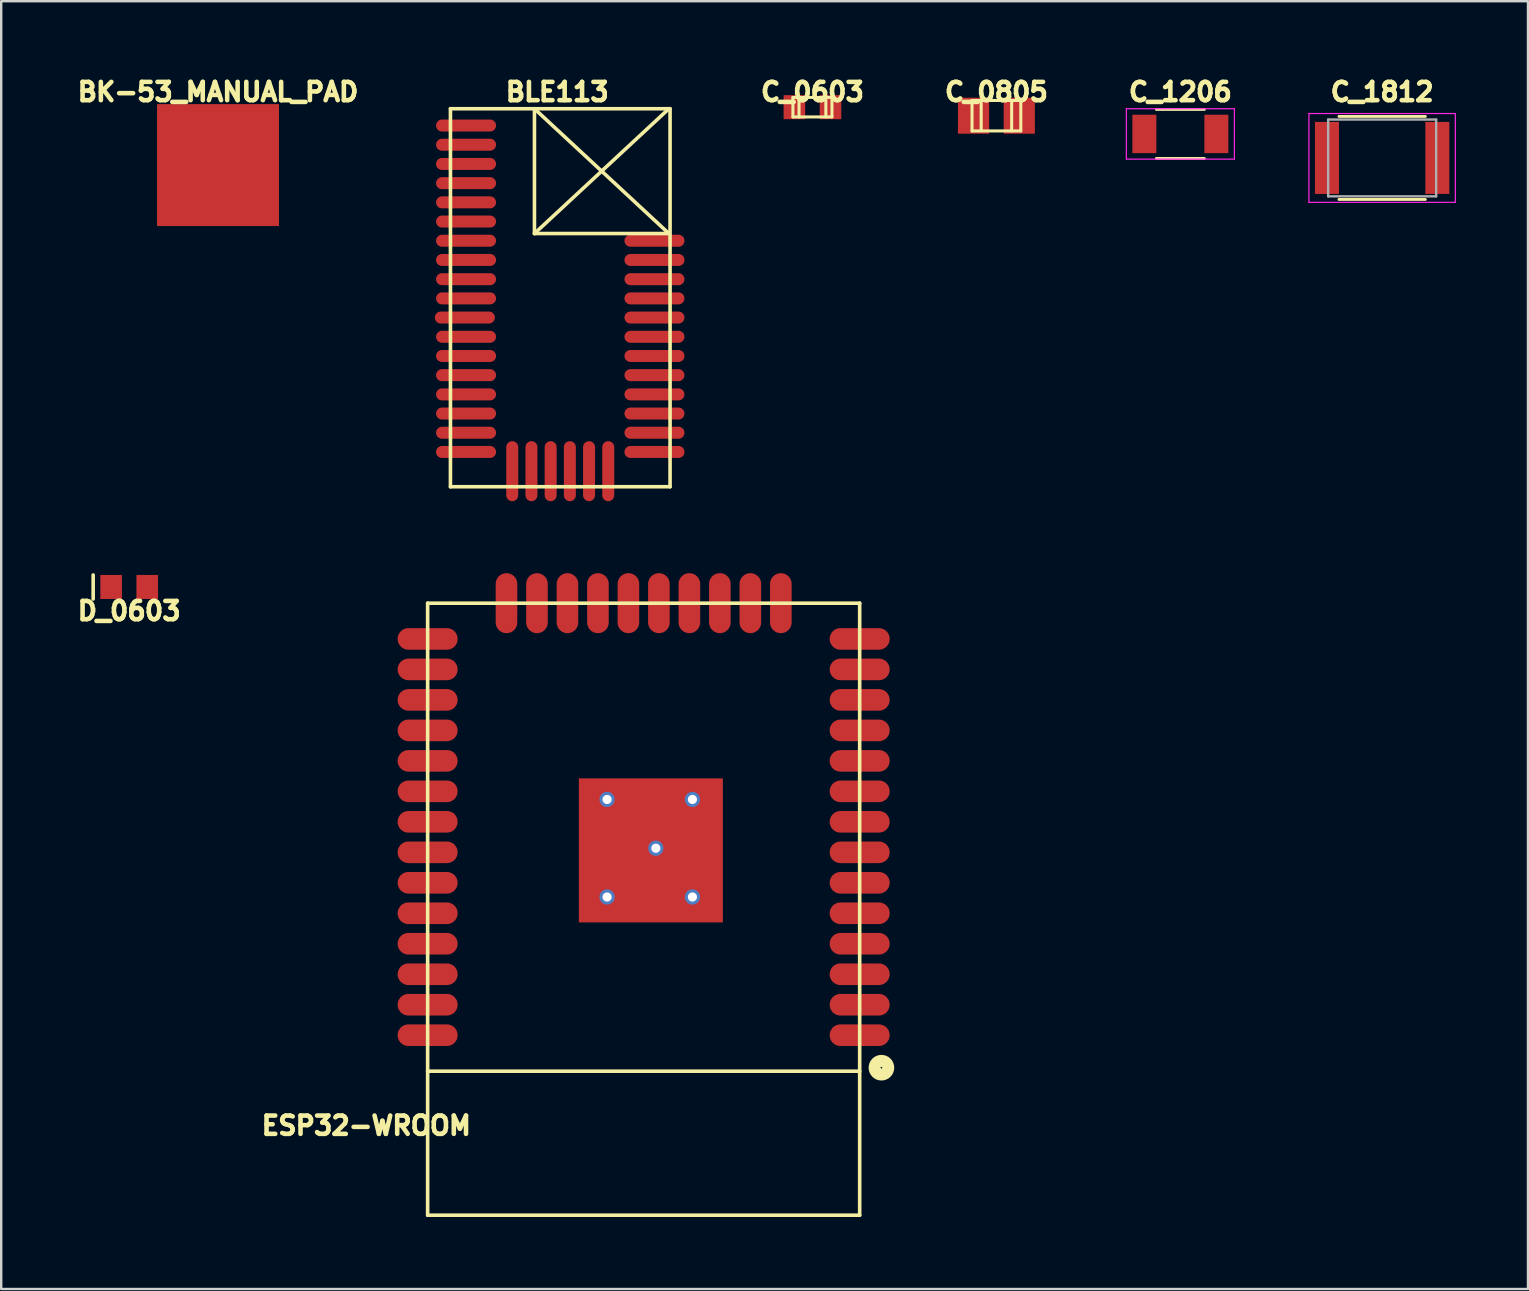
<source format=kicad_pcb>
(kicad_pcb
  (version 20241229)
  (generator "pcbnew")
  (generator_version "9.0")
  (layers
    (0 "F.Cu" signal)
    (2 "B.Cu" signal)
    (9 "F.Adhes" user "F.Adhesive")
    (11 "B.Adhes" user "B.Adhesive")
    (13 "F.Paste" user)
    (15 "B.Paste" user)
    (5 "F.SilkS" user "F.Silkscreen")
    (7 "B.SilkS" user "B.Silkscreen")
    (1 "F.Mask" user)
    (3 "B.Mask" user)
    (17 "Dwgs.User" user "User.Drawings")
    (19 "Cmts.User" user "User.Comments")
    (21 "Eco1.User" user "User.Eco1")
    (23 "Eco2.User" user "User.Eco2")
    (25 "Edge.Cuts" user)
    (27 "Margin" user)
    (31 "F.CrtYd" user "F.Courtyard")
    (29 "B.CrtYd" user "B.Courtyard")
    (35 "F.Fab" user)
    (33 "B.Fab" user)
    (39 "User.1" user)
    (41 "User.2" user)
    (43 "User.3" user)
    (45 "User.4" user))
  (footprint "C_1206"
    (layer "F.Cu")
    (at 46.128 2.53)
    (property "Reference" "C_1206" (at 0 -1.75 0) (layer "F.SilkS") (effects (font (size 0.762 0.762) (thickness 0.191))))
    (attr smd)
    (fp_line (start -1 1.02) (end 1 1.02) (stroke (width 0.12) (type solid)) (layer "F.SilkS"))
    (fp_line (start 1 -1.02) (end -1 -1.02) (stroke (width 0.12) (type solid)) (layer "F.SilkS"))
    (fp_line (start -2.25 -1.05) (end -2.25 1.05) (stroke (width 0.05) (type solid)) (layer "F.CrtYd"))
    (fp_line (start -2.25 -1.05) (end 2.25 -1.05) (stroke (width 0.05) (type solid)) (layer "F.CrtYd"))
    (fp_line (start 2.25 1.05) (end -2.25 1.05) (stroke (width 0.05) (type solid)) (layer "F.CrtYd"))
    (fp_line (start 2.25 1.05) (end 2.25 -1.05) (stroke (width 0.05) (type solid)) (layer "F.CrtYd"))
    (pad "1" smd rect (at -1.5 0) (size 1 1.6) (layers "F.Cu" "F.Mask" "F.Paste"))
    (pad "2" smd rect (at 1.5 0) (size 1 1.6) (layers "F.Cu" "F.Mask" "F.Paste")))
  (footprint "C_1812"
    (layer "F.Cu")
    (at 54.535 3.53)
    (property "Reference" "C_1812" (at 0 -2.75 0) (layer "F.SilkS") (effects (font (size 0.762 0.762) (thickness 0.191))))
    (attr smd)
    (fp_line (start -1.8 1.73) (end 1.8 1.73) (stroke (width 0.12) (type solid)) (layer "F.SilkS"))
    (fp_line (start 1.8 -1.73) (end -1.8 -1.73) (stroke (width 0.12) (type solid)) (layer "F.SilkS"))
    (fp_line (start -3.05 -1.85) (end -3.05 1.85) (stroke (width 0.05) (type solid)) (layer "F.CrtYd"))
    (fp_line (start -3.05 -1.85) (end 3.05 -1.85) (stroke (width 0.05) (type solid)) (layer "F.CrtYd"))
    (fp_line (start 3.05 1.85) (end -3.05 1.85) (stroke (width 0.05) (type solid)) (layer "F.CrtYd"))
    (fp_line (start 3.05 1.85) (end 3.05 -1.85) (stroke (width 0.05) (type solid)) (layer "F.CrtYd"))
    (fp_line (start -2.25 -1.6) (end 2.25 -1.6) (stroke (width 0.1) (type solid)) (layer "F.Fab"))
    (fp_line (start -2.25 1.6) (end -2.25 -1.6) (stroke (width 0.1) (type solid)) (layer "F.Fab"))
    (fp_line (start 2.25 -1.6) (end 2.25 1.6) (stroke (width 0.1) (type solid)) (layer "F.Fab"))
    (fp_line (start 2.25 1.6) (end -2.25 1.6) (stroke (width 0.1) (type solid)) (layer "F.Fab"))
    (pad "1" smd rect (at -2.3 0) (size 1 3) (layers "F.Cu" "F.Mask" "F.Paste"))
    (pad "2" smd rect (at 2.3 0) (size 1 3) (layers "F.Cu" "F.Mask" "F.Paste")))
  (footprint "D_0603"
    (layer "F.Cu")
    (at 2.332 21.405)
    (property "Reference" "D_0603" (at 0 1 0) (layer "F.SilkS") (effects (font (size 0.762 0.762) (thickness 0.191))))
    (attr through_hole)
    (fp_line (start -1.5 -0.5) (end -1.5 0.5) (stroke (width 0.15) (type solid)) (layer "F.SilkS"))
    (pad "1" smd rect (at 0.752 0) (size 0.899 1.001) (layers "F.Cu" "F.Mask" "F.Paste"))
    (pad "2" smd rect (at -0.752 0) (size 0.899 1.001) (layers "F.Cu" "F.Mask" "F.Paste")))
  (footprint "BLE113"
    (layer "F.Cu")
    (at 20.292 9.368)
    (property "Reference" "BLE113" (at -0.125 -8.588 0) (layer "F.SilkS") (effects (font (size 0.762 0.762) (thickness 0.191))))
    (attr through_hole)
    (fp_line (start -4.575 -7.888) (end -4.575 7.862) (stroke (width 0.15) (type solid)) (layer "F.SilkS"))
    (fp_line (start -4.575 7.862) (end 4.575 7.862) (stroke (width 0.15) (type solid)) (layer "F.SilkS"))
    (fp_line (start -1.075 -7.888) (end -1.075 -2.688) (stroke (width 0.15) (type solid)) (layer "F.SilkS"))
    (fp_line (start -1.075 -7.888) (end 4.525 -2.688) (stroke (width 0.15) (type solid)) (layer "F.SilkS"))
    (fp_line (start -1.075 -2.688) (end 4.525 -7.888) (stroke (width 0.15) (type solid)) (layer "F.SilkS"))
    (fp_line (start -1.075 -2.688) (end 4.525 -2.688) (stroke (width 0.15) (type solid)) (layer "F.SilkS"))
    (fp_line (start 4.575 -7.888) (end -4.575 -7.888) (stroke (width 0.15) (type solid)) (layer "F.SilkS"))
    (fp_line (start 4.575 7.862) (end 4.575 -7.888) (stroke (width 0.15) (type solid)) (layer "F.SilkS"))
    (pad "1" smd oval (at -3.925 -7.188) (size 2.5 0.5) (layers "F.Cu" "F.Mask" "F.Paste"))
    (pad "2" smd oval (at -3.925 -6.388) (size 2.5 0.5) (layers "F.Cu" "F.Mask" "F.Paste"))
    (pad "3" smd oval (at -3.925 -5.588) (size 2.5 0.5) (layers "F.Cu" "F.Mask" "F.Paste"))
    (pad "4" smd oval (at -3.925 -4.787) (size 2.5 0.5) (layers "F.Cu" "F.Mask" "F.Paste"))
    (pad "5" smd oval (at -3.925 -3.987) (size 2.5 0.5) (layers "F.Cu" "F.Mask" "F.Paste"))
    (pad "6" smd oval (at -3.925 -3.188) (size 2.5 0.5) (layers "F.Cu" "F.Mask" "F.Paste"))
    (pad "7" smd oval (at -3.925 -2.388) (size 2.5 0.5) (layers "F.Cu" "F.Mask" "F.Paste"))
    (pad "8" smd oval (at -3.925 -1.587) (size 2.5 0.5) (layers "F.Cu" "F.Mask" "F.Paste"))
    (pad "9" smd oval (at -3.925 -0.787) (size 2.5 0.5) (layers "F.Cu" "F.Mask" "F.Paste"))
    (pad "10" smd oval (at -3.925 0.013) (size 2.5 0.5) (layers "F.Cu" "F.Mask" "F.Paste"))
    (pad "11" smd oval (at -3.975 0.812) (size 2.5 0.5) (layers "F.Cu" "F.Mask" "F.Paste"))
    (pad "12" smd oval (at -3.925 1.613) (size 2.5 0.5) (layers "F.Cu" "F.Mask" "F.Paste"))
    (pad "13" smd oval (at -3.925 2.413) (size 2.5 0.5) (layers "F.Cu" "F.Mask" "F.Paste"))
    (pad "14" smd oval (at -3.925 3.212) (size 2.5 0.5) (layers "F.Cu" "F.Mask" "F.Paste"))
    (pad "15" smd oval (at -3.925 4.013) (size 2.5 0.5) (layers "F.Cu" "F.Mask" "F.Paste"))
    (pad "16" smd oval (at -3.925 4.812) (size 2.5 0.5) (layers "F.Cu" "F.Mask" "F.Paste"))
    (pad "17" smd oval (at -3.925 5.612) (size 2.5 0.5) (layers "F.Cu" "F.Mask" "F.Paste"))
    (pad "18" smd oval (at -3.925 6.412) (size 2.5 0.5) (layers "F.Cu" "F.Mask" "F.Paste"))
    (pad "19" smd oval (at -2 7.213) (size 0.5 2.5) (layers "F.Cu" "F.Mask" "F.Paste"))
    (pad "20" smd oval (at -1.2 7.213) (size 0.5 2.5) (layers "F.Cu" "F.Mask" "F.Paste"))
    (pad "21" smd oval (at -0.4 7.213) (size 0.5 2.5) (layers "F.Cu" "F.Mask" "F.Paste"))
    (pad "22" smd oval (at 0.4 7.213) (size 0.5 2.5) (layers "F.Cu" "F.Mask" "F.Paste"))
    (pad "23" smd oval (at 1.2 7.213) (size 0.5 2.5) (layers "F.Cu" "F.Mask" "F.Paste"))
    (pad "24" smd oval (at 2 7.213) (size 0.5 2.5) (layers "F.Cu" "F.Mask" "F.Paste"))
    (pad "25" smd oval (at 3.925 6.412) (size 2.5 0.5) (layers "F.Cu" "F.Mask" "F.Paste"))
    (pad "26" smd oval (at 3.925 5.612) (size 2.5 0.5) (layers "F.Cu" "F.Mask" "F.Paste"))
    (pad "27" smd oval (at 3.925 4.812) (size 2.5 0.5) (layers "F.Cu" "F.Mask" "F.Paste"))
    (pad "28" smd oval (at 3.925 4.013) (size 2.5 0.5) (layers "F.Cu" "F.Mask" "F.Paste"))
    (pad "29" smd oval (at 3.925 3.212) (size 2.5 0.5) (layers "F.Cu" "F.Mask" "F.Paste"))
    (pad "30" smd oval (at 3.925 2.413) (size 2.5 0.5) (layers "F.Cu" "F.Mask" "F.Paste"))
    (pad "31" smd oval (at 3.925 1.613) (size 2.5 0.5) (layers "F.Cu" "F.Mask" "F.Paste"))
    (pad "32" smd oval (at 3.925 0.812) (size 2.5 0.5) (layers "F.Cu" "F.Mask" "F.Paste"))
    (pad "33" smd oval (at 3.925 0.013) (size 2.5 0.5) (layers "F.Cu" "F.Mask" "F.Paste"))
    (pad "34" smd oval (at 3.925 -0.787) (size 2.5 0.5) (layers "F.Cu" "F.Mask" "F.Paste"))
    (pad "35" smd oval (at 3.925 -1.587) (size 2.5 0.5) (layers "F.Cu" "F.Mask" "F.Paste"))
    (pad "36" smd oval (at 3.925 -2.388) (size 2.5 0.5) (layers "F.Cu" "F.Mask" "F.Paste")))
  (footprint "BK-53_MANUAL_PAD"
    (layer "F.Cu")
    (at 6.033 3.828)
    (property "Reference" "BK-53_MANUAL_PAD" (at 0 -3.048 0) (layer "F.SilkS") (effects (font (size 0.762 0.762) (thickness 0.191))))
    (attr through_hole)
    (pad "1" smd rect (at 0 0) (size 5.08 5.08) (layers "F.Cu" "F.Mask" "F.Paste")))
  (footprint "C_0603"
    (layer "F.Cu")
    (at 30.799 1.415)
    (property "Reference" "C_0603" (at 0 -0.635 0) (layer "F.SilkS") (effects (font (size 0.762 0.762) (thickness 0.191))))
    (attr through_hole)
    (fp_line (start -0.813 -0.406) (end 0.813 -0.406) (stroke (width 0.127) (type solid)) (layer "F.SilkS"))
    (fp_line (start -0.813 0.406) (end -0.813 -0.406) (stroke (width 0.127) (type solid)) (layer "F.SilkS"))
    (fp_line (start -0.559 -0.381) (end -0.559 0.406) (stroke (width 0.127) (type solid)) (layer "F.SilkS"))
    (fp_line (start 0.559 0.406) (end 0.559 -0.406) (stroke (width 0.127) (type solid)) (layer "F.SilkS"))
    (fp_line (start 0.813 -0.406) (end 0.813 0.406) (stroke (width 0.127) (type solid)) (layer "F.SilkS"))
    (fp_line (start 0.813 0.406) (end -0.813 0.406) (stroke (width 0.127) (type solid)) (layer "F.SilkS"))
    (pad "1" smd rect (at 0.752 0) (size 0.899 1.001) (layers "F.Cu" "F.Mask" "F.Paste"))
    (pad "2" smd rect (at -0.752 0) (size 0.899 1.001) (layers "F.Cu" "F.Mask" "F.Paste")))
  (footprint "C_0805"
    (layer "F.Cu")
    (at 38.464 1.771)
    (property "Reference" "C_0805" (at 0 -0.991 0) (layer "F.SilkS") (effects (font (size 0.762 0.762) (thickness 0.191))))
    (attr through_hole)
    (fp_line (start -1.016 -0.635) (end 1.016 -0.635) (stroke (width 0.127) (type solid)) (layer "F.SilkS"))
    (fp_line (start -1.016 0.635) (end -1.016 -0.635) (stroke (width 0.127) (type solid)) (layer "F.SilkS"))
    (fp_line (start -0.635 -0.635) (end -0.635 0.61) (stroke (width 0.127) (type solid)) (layer "F.SilkS"))
    (fp_line (start 0.635 -0.635) (end 0.635 0.635) (stroke (width 0.127) (type solid)) (layer "F.SilkS"))
    (fp_line (start 1.016 -0.635) (end 1.016 0.635) (stroke (width 0.127) (type solid)) (layer "F.SilkS"))
    (fp_line (start 1.016 0.635) (end -1.016 0.635) (stroke (width 0.127) (type solid)) (layer "F.SilkS"))
    (pad "1" smd rect (at 0.953 0) (size 1.3 1.499) (layers "F.Cu" "F.Mask" "F.Paste"))
    (pad "2" smd rect (at -0.953 0) (size 1.3 1.499) (layers "F.Cu" "F.Mask" "F.Paste")))
  (footprint "ESP32-WROOM"
    (layer "F.Cu")
    (at 23.767 34.83)
    (property "Reference" "ESP32-WROOM" (at -11.557 9.017 0) (layer "F.SilkS") (effects (font (size 0.762 0.762) (thickness 0.191))))
    (attr through_hole)
    (fp_line (start -9 -12.75) (end 9 -12.75) (stroke (width 0.15) (type solid)) (layer "F.SilkS"))
    (fp_line (start -9 6.75) (end 9 6.75) (stroke (width 0.15) (type solid)) (layer "F.SilkS"))
    (fp_line (start -9 12.75) (end -9 -12.75) (stroke (width 0.15) (type solid)) (layer "F.SilkS"))
    (fp_line (start -9 12.75) (end 9 12.75) (stroke (width 0.15) (type solid)) (layer "F.SilkS"))
    (fp_line (start 9 12.75) (end 9 -12.75) (stroke (width 0.15) (type solid)) (layer "F.SilkS"))
    (fp_circle (center 9.906 6.604) (end 10.033 6.858) (stroke (width 0.5) (type solid)) (fill no) (layer "F.SilkS"))
    (pad "1" smd oval (at 9 5.25) (size 2.5 0.9) (layers "F.Cu" "F.Mask" "F.Paste"))
    (pad "2" smd oval (at 9 3.98) (size 2.5 0.9) (layers "F.Cu" "F.Mask" "F.Paste"))
    (pad "3" smd oval (at 9 2.71) (size 2.5 0.9) (layers "F.Cu" "F.Mask" "F.Paste"))
    (pad "4" smd oval (at 9 1.44) (size 2.5 0.9) (layers "F.Cu" "F.Mask" "F.Paste"))
    (pad "5" smd oval (at 9 0.17) (size 2.5 0.9) (layers "F.Cu" "F.Mask" "F.Paste"))
    (pad "6" smd oval (at 9 -1.1) (size 2.5 0.9) (layers "F.Cu" "F.Mask" "F.Paste"))
    (pad "7" smd oval (at 9 -2.37) (size 2.5 0.9) (layers "F.Cu" "F.Mask" "F.Paste"))
    (pad "8" smd oval (at 9 -3.64) (size 2.5 0.9) (layers "F.Cu" "F.Mask" "F.Paste"))
    (pad "9" smd oval (at 9 -4.91) (size 2.5 0.9) (layers "F.Cu" "F.Mask" "F.Paste"))
    (pad "10" smd oval (at 9 -6.18) (size 2.5 0.9) (layers "F.Cu" "F.Mask" "F.Paste"))
    (pad "11" smd oval (at 9 -7.45) (size 2.5 0.9) (layers "F.Cu" "F.Mask" "F.Paste"))
    (pad "12" smd oval (at 9 -8.72) (size 2.5 0.9) (layers "F.Cu" "F.Mask" "F.Paste"))
    (pad "13" smd oval (at 9 -9.99) (size 2.5 0.9) (layers "F.Cu" "F.Mask" "F.Paste"))
    (pad "14" smd oval (at 9 -11.26) (size 2.5 0.9) (layers "F.Cu" "F.Mask" "F.Paste"))
    (pad "15" smd oval (at 5.715 -12.75) (size 0.9 2.5) (layers "F.Cu" "F.Mask" "F.Paste"))
    (pad "16" smd oval (at 4.445 -12.75) (size 0.9 2.5) (layers "F.Cu" "F.Mask" "F.Paste"))
    (pad "17" smd oval (at 3.175 -12.75) (size 0.9 2.5) (layers "F.Cu" "F.Mask" "F.Paste"))
    (pad "18" smd oval (at 1.905 -12.75) (size 0.9 2.5) (layers "F.Cu" "F.Mask" "F.Paste"))
    (pad "19" smd oval (at 0.635 -12.75) (size 0.9 2.5) (layers "F.Cu" "F.Mask" "F.Paste"))
    (pad "20" smd oval (at -0.635 -12.75) (size 0.9 2.5) (layers "F.Cu" "F.Mask" "F.Paste"))
    (pad "21" smd oval (at -1.905 -12.75) (size 0.9 2.5) (layers "F.Cu" "F.Mask" "F.Paste"))
    (pad "22" smd oval (at -3.175 -12.75) (size 0.9 2.5) (layers "F.Cu" "F.Mask" "F.Paste"))
    (pad "23" smd oval (at -4.445 -12.75) (size 0.9 2.5) (layers "F.Cu" "F.Mask" "F.Paste"))
    (pad "24" smd oval (at -5.715 -12.75) (size 0.9 2.5) (layers "F.Cu" "F.Mask" "F.Paste"))
    (pad "25" smd oval (at -9 -11.26) (size 2.5 0.9) (layers "F.Cu" "F.Mask" "F.Paste"))
    (pad "26" smd oval (at -9 -9.99) (size 2.5 0.9) (layers "F.Cu" "F.Mask" "F.Paste"))
    (pad "27" smd oval (at -9 -8.72) (size 2.5 0.9) (layers "F.Cu" "F.Mask" "F.Paste"))
    (pad "28" smd oval (at -9 -7.45) (size 2.5 0.9) (layers "F.Cu" "F.Mask" "F.Paste"))
    (pad "29" smd oval (at -9 -6.18) (size 2.5 0.9) (layers "F.Cu" "F.Mask" "F.Paste"))
    (pad "30" smd oval (at -9 -4.91) (size 2.5 0.9) (layers "F.Cu" "F.Mask" "F.Paste"))
    (pad "31" smd oval (at -9 -3.64) (size 2.5 0.9) (layers "F.Cu" "F.Mask" "F.Paste"))
    (pad "32" smd oval (at -9 -2.37) (size 2.5 0.9) (layers "F.Cu" "F.Mask" "F.Paste"))
    (pad "33" smd oval (at -9 -1.1) (size 2.5 0.9) (layers "F.Cu" "F.Mask" "F.Paste"))
    (pad "34" smd oval (at -9 0.17) (size 2.5 0.9) (layers "F.Cu" "F.Mask" "F.Paste"))
    (pad "35" smd oval (at -9 1.44) (size 2.5 0.9) (layers "F.Cu" "F.Mask" "F.Paste"))
    (pad "36" smd oval (at -9 2.71) (size 2.5 0.9) (layers "F.Cu" "F.Mask" "F.Paste"))
    (pad "37" smd oval (at -9 3.98) (size 2.5 0.9) (layers "F.Cu" "F.Mask" "F.Paste"))
    (pad "38" smd oval (at -9 5.25) (size 2.5 0.9) (layers "F.Cu" "F.Mask" "F.Paste"))
    (pad "39" thru_hole circle (at -1.524 -4.572) (size 0.635 0.635) (drill 0.381) (layers "*.Cu" "F.Mask"))
    (pad "39" thru_hole circle (at -1.524 -0.508) (size 0.635 0.635) (drill 0.381) (layers "*.Cu" "F.Mask"))
    (pad "39" smd rect (at 0.3 -2.45) (size 6 6) (layers "F.Cu" "F.Mask" "F.Paste"))
    (pad "39" thru_hole circle (at 0.508 -2.54) (size 0.635 0.635) (drill 0.381) (layers "*.Cu" "F.Mask"))
    (pad "39" thru_hole circle (at 2.032 -4.572) (size 0.635 0.635) (drill 0.381) (layers "*.Cu" "F.Mask"))
    (pad "39" thru_hole circle (at 2.032 -0.508) (size 0.635 0.635) (drill 0.381) (layers "*.Cu" "F.Mask")))
  (gr_rect
    (start -3 -3)
    (end 60.61 50.655)
    (stroke (width 0.1) (type default))
    (fill no)
    (layer "Edge.Cuts")))
</source>
